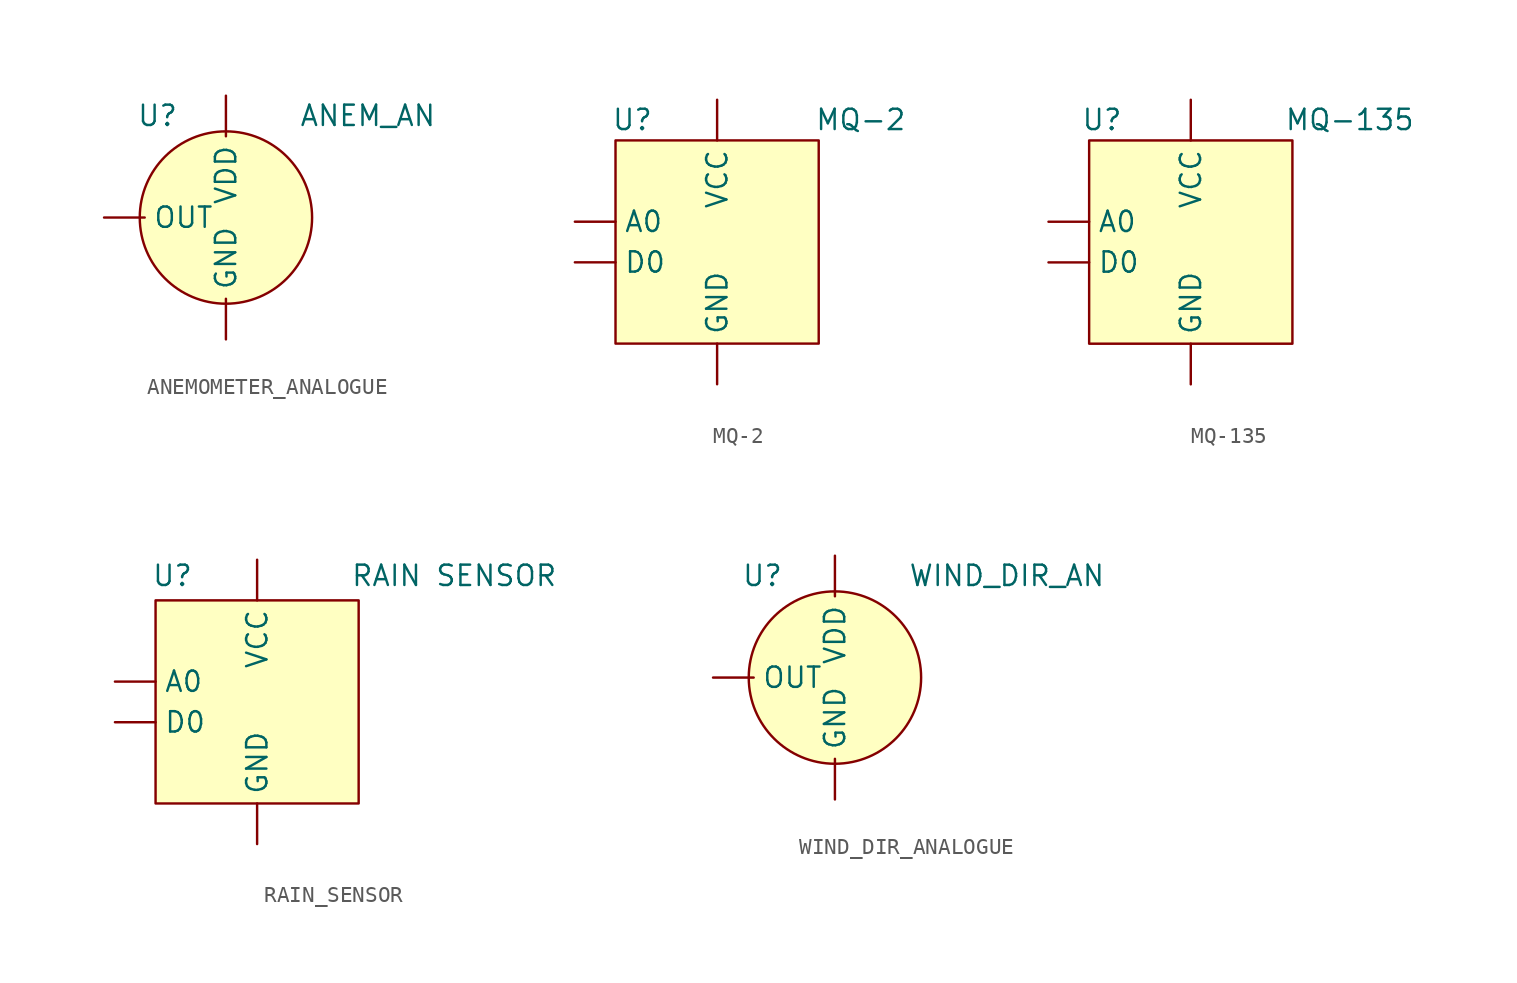
<source format=kicad_sym>
(kicad_symbol_lib
  (version 20231120)
  (generator "kicad_symbol_editor")
  (generator_version "8.0")
  (symbol "ANEMOMETER_ANALOGUE"
    (property "Reference" "U"
      (at -5.588 7.112 0)
      (effects (font (size 1.27 1.27)) (justify left top)))
    (property "Value" "ANEM_AN"
      (at 4.572 7.112 0)
      (effects (font (size 1.27 1.27)) (justify left top)))
    (symbol "ANEMOMETER_ANALOGUE_1_1"
      (circle (center 0 0) (radius 5.388) (stroke (width 0) (type default)) (fill (type background)))
      (pin power_in line (at 0 -7.62 90) (length 2.54) (name "GND" (effects (font (size 1.27 1.27)))) (number "" (effects (font (size 1.27 1.27)))))
      (pin output line (at -7.62 0 0) (length 2.54) (name "OUT" (effects (font (size 1.27 1.27)))) (number "" (effects (font (size 1.27 1.27)))))
      (pin power_in line (at 0 7.62 270) (length 2.54) (name "VDD" (effects (font (size 1.27 1.27)))) (number "" (effects (font (size 1.27 1.27)))))))
  (symbol "MQ-2"
    (property "Reference" "U"
      (at -6.604 8.382 0)
      (effects (font (size 1.27 1.27)) (justify left top)))
    (property "Value" "MQ-2"
      (at 6.096 8.382 0)
      (effects (font (size 1.27 1.27)) (justify left top)))
    (symbol "MQ-2_1_1"
      (rectangle (start -6.35 6.35) (end 6.35 -6.35) (stroke (width 0) (type default)) (fill (type background)))
      (pin input line (at -8.89 1.27 0) (length 2.54) (name "A0" (effects (font (size 1.27 1.27)))) (number "" (effects (font (size 1.27 1.27)))))
      (pin input line (at -8.89 -1.27 0) (length 2.54) (name "D0" (effects (font (size 1.27 1.27)))) (number "" (effects (font (size 1.27 1.27)))))
      (pin power_in line (at 0 -8.89 90) (length 2.54) (name "GND" (effects (font (size 1.27 1.27)))) (number "" (effects (font (size 1.27 1.27)))))
      (pin power_in line (at 0 8.89 270) (length 2.54) (name "VCC" (effects (font (size 1.27 1.27)))) (number "" (effects (font (size 1.27 1.27)))))))
  (symbol "MQ-135"
    (property "Reference" "U"
      (at -6.858 8.382 0)
      (effects (font (size 1.27 1.27)) (justify left top)))
    (property "Value" "MQ-135"
      (at 5.842 8.382 0)
      (effects (font (size 1.27 1.27)) (justify left top)))
    (symbol "MQ-135_1_1"
      (rectangle (start -6.35 6.35) (end 6.35 -6.35) (stroke (width 0) (type default)) (fill (type background)))
      (pin input line (at -8.89 1.27 0) (length 2.54) (name "A0" (effects (font (size 1.27 1.27)))) (number "" (effects (font (size 1.27 1.27)))))
      (pin input line (at -8.89 -1.27 0) (length 2.54) (name "D0" (effects (font (size 1.27 1.27)))) (number "" (effects (font (size 1.27 1.27)))))
      (pin power_in line (at 0 -8.89 90) (length 2.54) (name "GND" (effects (font (size 1.27 1.27)))) (number "" (effects (font (size 1.27 1.27)))))
      (pin power_in line (at 0 8.89 270) (length 2.54) (name "VCC" (effects (font (size 1.27 1.27)))) (number "" (effects (font (size 1.27 1.27)))))))
  (symbol "RAIN_SENSOR"
    (property "Reference" "U"
      (at -6.604 8.636 0)
      (effects (font (size 1.27 1.27)) (justify left top)))
    (property "Value" "RAIN SENSOR"
      (at 5.842 8.636 0)
      (effects (font (size 1.27 1.27)) (justify left top)))
    (symbol "RAIN_SENSOR_1_1"
      (rectangle (start -6.35 6.35) (end 6.35 -6.35) (stroke (width 0) (type default)) (fill (type background)))
      (pin input line (at -8.89 1.27 0) (length 2.54) (name "A0" (effects (font (size 1.27 1.27)))) (number "" (effects (font (size 1.27 1.27)))))
      (pin input line (at -8.89 -1.27 0) (length 2.54) (name "D0" (effects (font (size 1.27 1.27)))) (number "" (effects (font (size 1.27 1.27)))))
      (pin power_in line (at 0 -8.89 90) (length 2.54) (name "GND" (effects (font (size 1.27 1.27)))) (number "" (effects (font (size 1.27 1.27)))))
      (pin power_in line (at 0 8.89 270) (length 2.54) (name "VCC" (effects (font (size 1.27 1.27)))) (number "" (effects (font (size 1.27 1.27)))))))
  (symbol "WIND_DIR_ANALOGUE"
    (property "Reference" "U"
      (at -5.842 7.112 0)
      (effects (font (size 1.27 1.27)) (justify left top)))
    (property "Value" "WIND_DIR_AN"
      (at 4.572 7.112 0)
      (effects (font (size 1.27 1.27)) (justify left top)))
    (symbol "WIND_DIR_ANALOGUE_1_1"
      (circle (center 0 0) (radius 5.388) (stroke (width 0) (type default)) (fill (type background)))
      (pin power_in line (at 0 -7.62 90) (length 2.54) (name "GND" (effects (font (size 1.27 1.27)))) (number "" (effects (font (size 1.27 1.27)))))
      (pin output line (at -7.62 0 0) (length 2.54) (name "OUT" (effects (font (size 1.27 1.27)))) (number "" (effects (font (size 1.27 1.27)))))
      (pin power_in line (at 0 7.62 270) (length 2.54) (name "VDD" (effects (font (size 1.27 1.27)))) (number "" (effects (font (size 1.27 1.27))))))))
</source>
